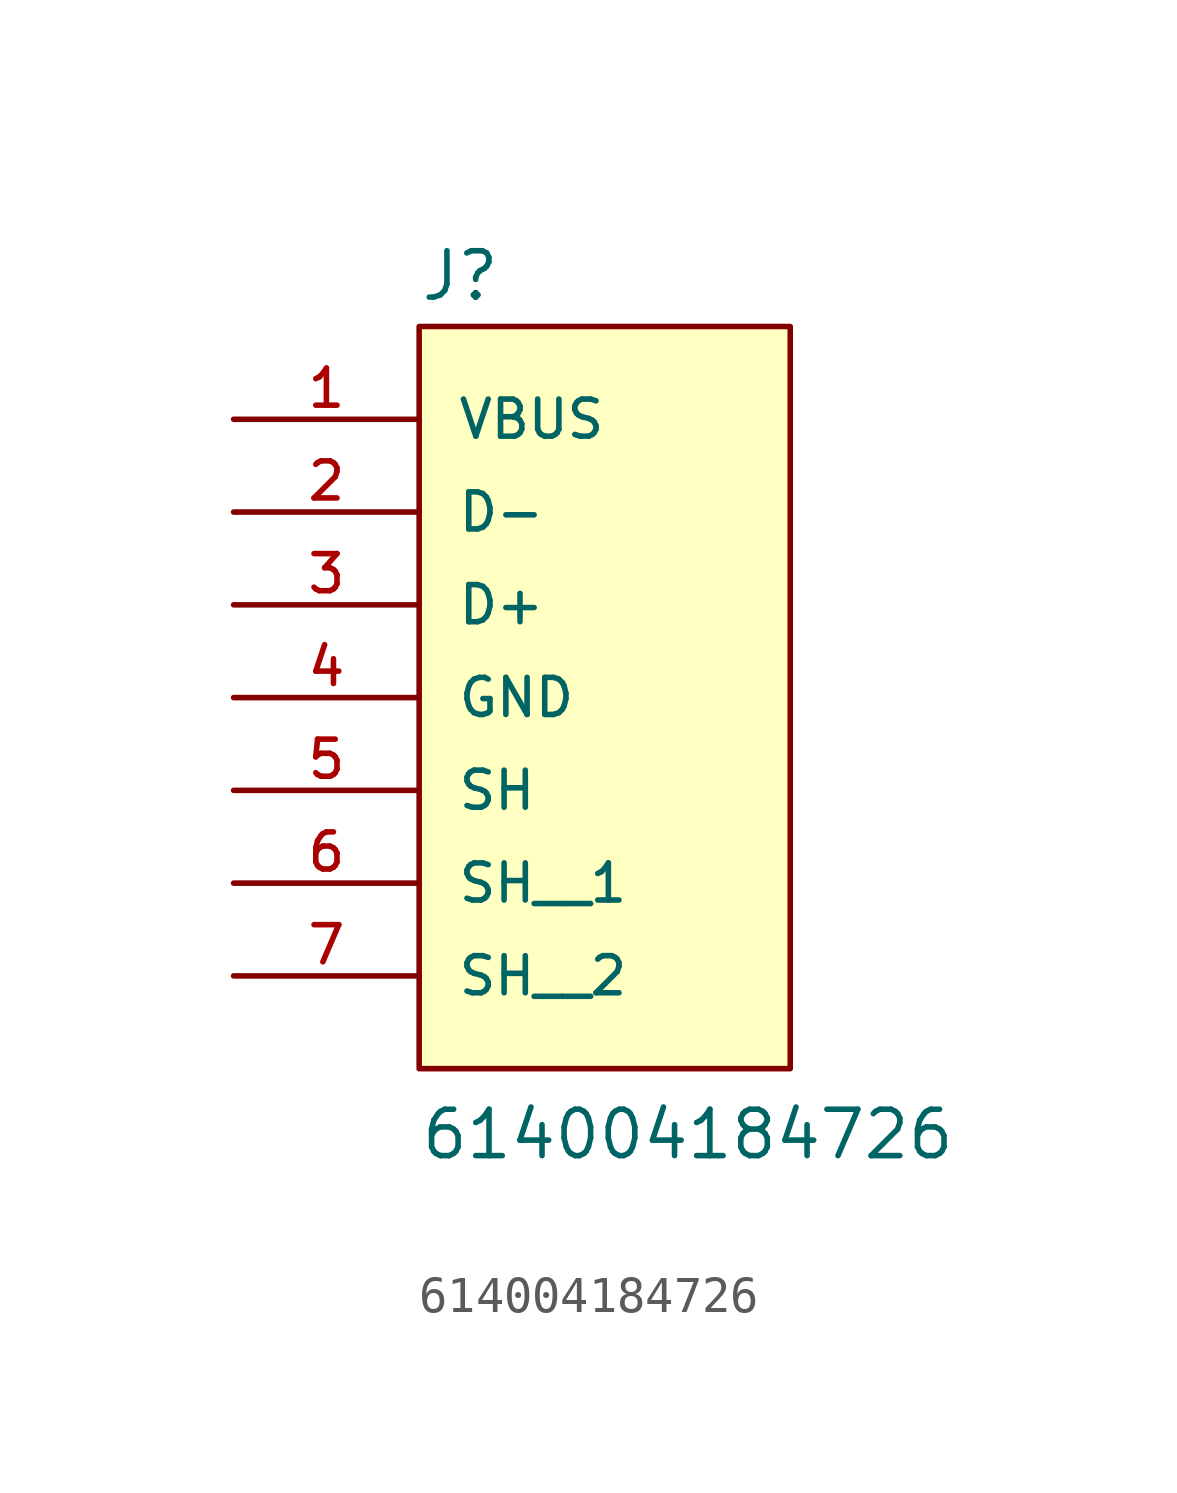
<source format=kicad_sym>
(kicad_symbol_lib
  (version 20211014)
  (generator kicad_symbol_editor)
  (symbol "614004184726"
    (pin_names
      (offset 1.016))
    (property "Reference" "J"
      (at -5.085 8.262 0)
      (effects (font (size 1.27 1.27)) (justify bottom left)))
    (property "Value" "614004184726"
      (at -5.082 -15.244 0)
      (effects (font (size 1.27 1.27)) (justify bottom left)))
    (symbol "614004184726_0_0"
      (rectangle (start -5.08 -12.7) (end 5.08 7.62) (stroke (width 0.152)) (fill (type background)))
      (pin passive line (at -10.16 5.08 0) (length 5.08) (name "VBUS" (effects (font (size 1.016 1.016)))) (number "1" (effects (font (size 1.016 1.016)))))
      (pin passive line (at -10.16 2.54 0) (length 5.08) (name "D-" (effects (font (size 1.016 1.016)))) (number "2" (effects (font (size 1.016 1.016)))))
      (pin passive line (at -10.16 0.0 0) (length 5.08) (name "D+" (effects (font (size 1.016 1.016)))) (number "3" (effects (font (size 1.016 1.016)))))
      (pin passive line (at -10.16 -2.54 0) (length 5.08) (name "GND" (effects (font (size 1.016 1.016)))) (number "4" (effects (font (size 1.016 1.016)))))
      (pin passive line (at -10.16 -5.08 0) (length 5.08) (name "SH" (effects (font (size 1.016 1.016)))) (number "5" (effects (font (size 1.016 1.016)))))
      (pin passive line (at -10.16 -7.62 0) (length 5.08) (name "SH__1" (effects (font (size 1.016 1.016)))) (number "6" (effects (font (size 1.016 1.016)))))
      (pin passive line (at -10.16 -10.16 0) (length 5.08) (name "SH__2" (effects (font (size 1.016 1.016)))) (number "7" (effects (font (size 1.016 1.016))))))))
</source>
